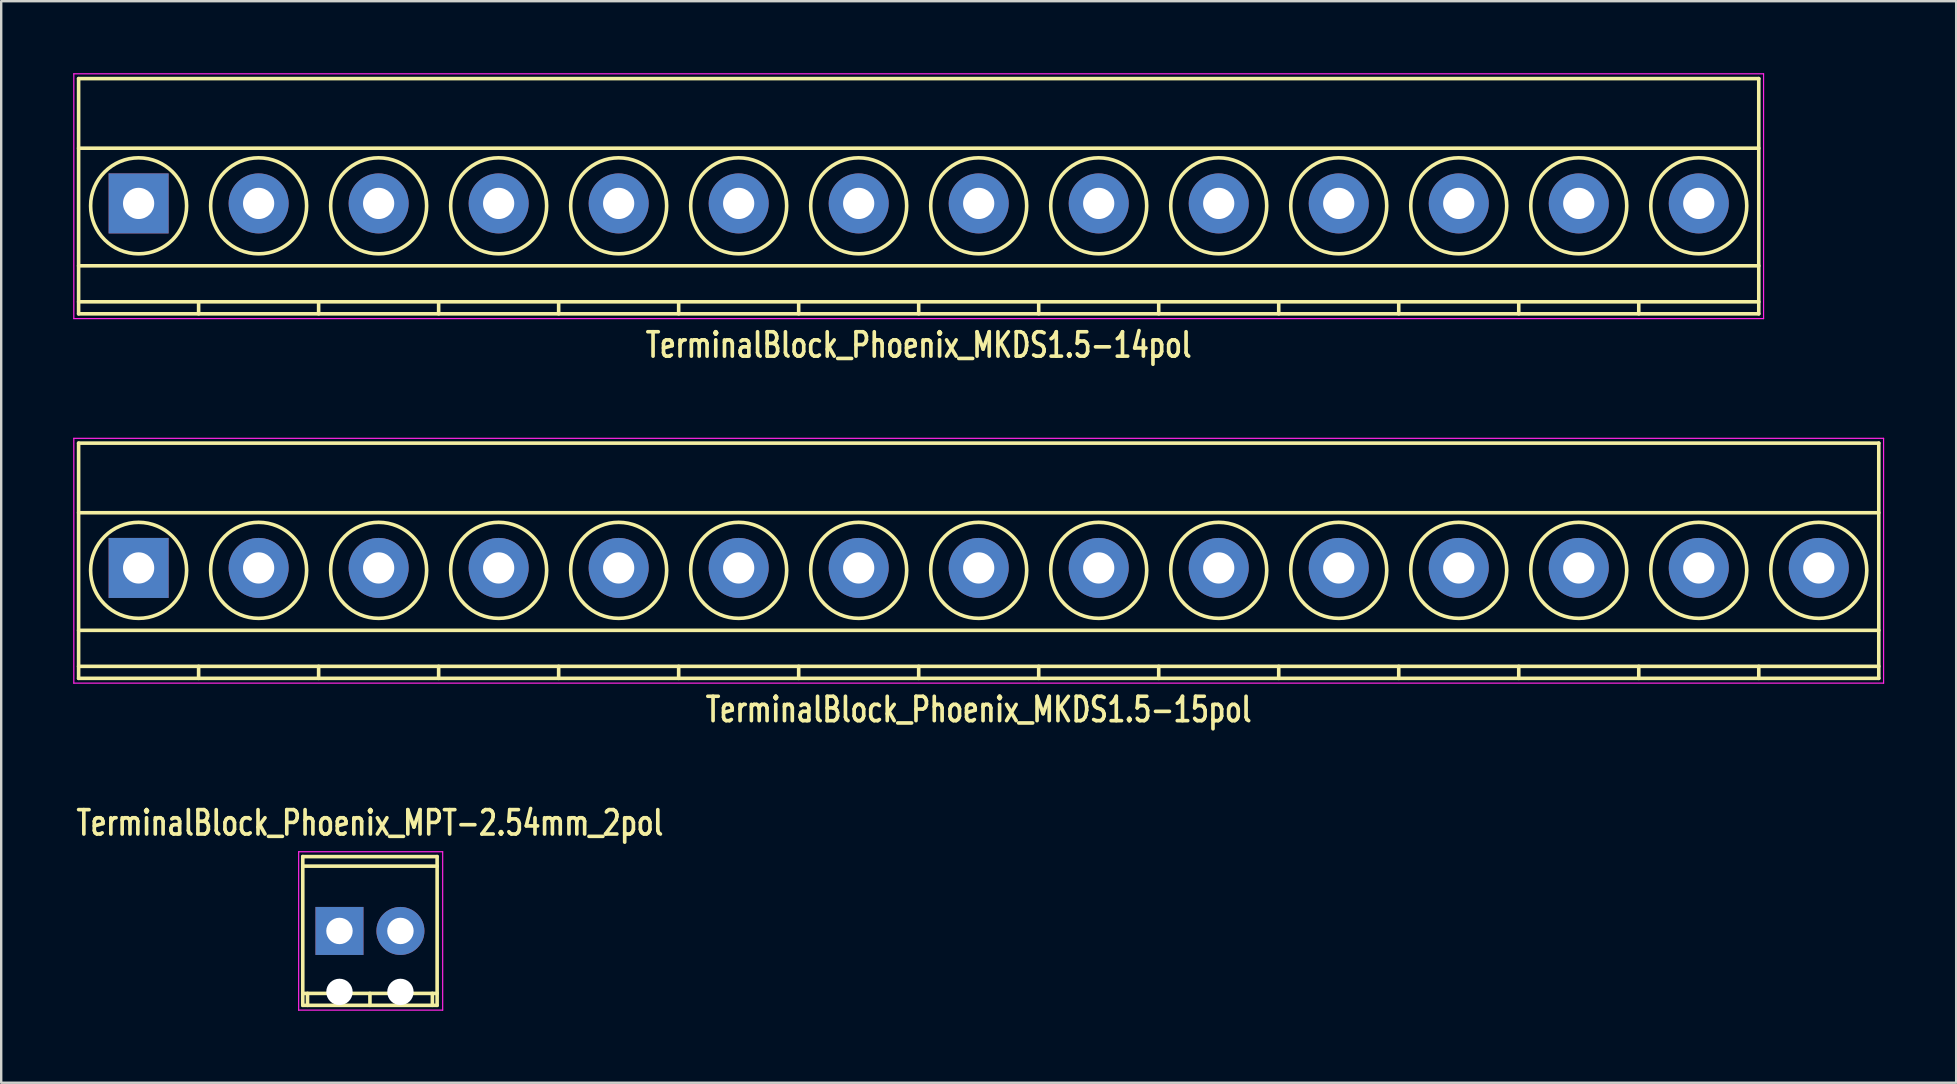
<source format=kicad_pcb>
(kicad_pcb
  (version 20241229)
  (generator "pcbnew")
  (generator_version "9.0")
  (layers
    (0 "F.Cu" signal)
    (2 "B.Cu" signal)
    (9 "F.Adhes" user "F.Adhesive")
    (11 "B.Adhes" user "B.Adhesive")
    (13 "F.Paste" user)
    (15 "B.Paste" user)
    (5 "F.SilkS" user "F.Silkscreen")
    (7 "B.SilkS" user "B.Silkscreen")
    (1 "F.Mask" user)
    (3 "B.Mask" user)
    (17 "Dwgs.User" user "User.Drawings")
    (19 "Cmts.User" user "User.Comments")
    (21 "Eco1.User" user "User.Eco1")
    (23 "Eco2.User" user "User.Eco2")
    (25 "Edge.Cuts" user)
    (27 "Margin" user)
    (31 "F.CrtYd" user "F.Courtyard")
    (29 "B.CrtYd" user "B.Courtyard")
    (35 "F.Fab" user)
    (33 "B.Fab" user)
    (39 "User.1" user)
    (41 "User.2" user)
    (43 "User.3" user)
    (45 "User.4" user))
  (footprint "TerminalBlock_Phoenix_MPT-2.54mm_2pol"
    (layer "F.Cu")
    (at 11.093 35.736)
    (property "Reference" "TerminalBlock_Phoenix_MPT-2.54mm_2pol" (at 1.27 -4.501 0) (layer "F.SilkS") (effects (font (size 1.016 0.762) (thickness 0.152))))
    (attr through_hole)
    (fp_line (start -1.529 -3.099) (end -1.529 3.099) (stroke (width 0.15) (type solid)) (layer "F.SilkS"))
    (fp_line (start -1.529 -2.7) (end 4.069 -2.7) (stroke (width 0.15) (type solid)) (layer "F.SilkS"))
    (fp_line (start -1.529 3.099) (end 4.069 3.099) (stroke (width 0.15) (type solid)) (layer "F.SilkS"))
    (fp_line (start -1.331 3.099) (end -1.331 2.601) (stroke (width 0.15) (type solid)) (layer "F.SilkS"))
    (fp_line (start 1.27 3.099) (end 1.27 2.601) (stroke (width 0.15) (type solid)) (layer "F.SilkS"))
    (fp_line (start 3.871 2.601) (end 3.871 3.099) (stroke (width 0.15) (type solid)) (layer "F.SilkS"))
    (fp_line (start 4.069 -3.099) (end -1.529 -3.099) (stroke (width 0.15) (type solid)) (layer "F.SilkS"))
    (fp_line (start 4.069 2.601) (end -1.529 2.601) (stroke (width 0.15) (type solid)) (layer "F.SilkS"))
    (fp_line (start 4.069 3.099) (end 4.069 -3.099) (stroke (width 0.15) (type solid)) (layer "F.SilkS"))
    (fp_line (start -1.7 -3.3) (end 4.3 -3.3) (stroke (width 0.05) (type solid)) (layer "F.CrtYd"))
    (fp_line (start -1.7 3.3) (end -1.7 -3.3) (stroke (width 0.05) (type solid)) (layer "F.CrtYd"))
    (fp_line (start 4.3 -3.3) (end 4.3 3.3) (stroke (width 0.05) (type solid)) (layer "F.CrtYd"))
    (fp_line (start 4.3 3.3) (end -1.7 3.3) (stroke (width 0.05) (type solid)) (layer "F.CrtYd"))
    (pad "" np_thru_hole circle (at 0 2.54) (size 1.1 1.1) (drill 1.1) (layers "*.Cu" "*.Mask"))
    (pad "" np_thru_hole circle (at 2.54 2.54) (size 1.1 1.1) (drill 1.1) (layers "*.Cu" "*.Mask"))
    (pad "1" thru_hole rect (at 0 0) (size 2 2) (drill 1.1) (layers "*.Cu" "*.Mask"))
    (pad "2" thru_hole oval (at 2.54 0) (size 2 2) (drill 1.1) (layers "*.Cu" "*.Mask")))
  (footprint "TerminalBlock_Phoenix_MKDS1.5-14pol"
    (layer "F.Cu")
    (at 2.725 5.425)
    (property "Reference" "TerminalBlock_Phoenix_MKDS1.5-14pol" (at 32.5 5.9 0) (layer "F.SilkS") (effects (font (size 1.016 0.762) (thickness 0.152))))
    (attr through_hole)
    (fp_line (start -2.5 -5.2) (end -2.5 4.6) (stroke (width 0.15) (type solid)) (layer "F.SilkS"))
    (fp_line (start -2.5 -2.3) (end 67.5 -2.3) (stroke (width 0.15) (type solid)) (layer "F.SilkS"))
    (fp_line (start -2.5 2.6) (end 67.5 2.6) (stroke (width 0.15) (type solid)) (layer "F.SilkS"))
    (fp_line (start -2.5 4.1) (end 67.5 4.1) (stroke (width 0.15) (type solid)) (layer "F.SilkS"))
    (fp_line (start -2.5 4.6) (end 67.5 4.6) (stroke (width 0.15) (type solid)) (layer "F.SilkS"))
    (fp_line (start 2.5 4.1) (end 2.5 4.6) (stroke (width 0.15) (type solid)) (layer "F.SilkS"))
    (fp_line (start 7.5 4.1) (end 7.5 4.6) (stroke (width 0.15) (type solid)) (layer "F.SilkS"))
    (fp_line (start 12.5 4.1) (end 12.5 4.6) (stroke (width 0.15) (type solid)) (layer "F.SilkS"))
    (fp_line (start 17.5 4.1) (end 17.5 4.6) (stroke (width 0.15) (type solid)) (layer "F.SilkS"))
    (fp_line (start 22.5 4.1) (end 22.5 4.6) (stroke (width 0.15) (type solid)) (layer "F.SilkS"))
    (fp_line (start 27.5 4.1) (end 27.5 4.6) (stroke (width 0.15) (type solid)) (layer "F.SilkS"))
    (fp_line (start 32.5 4.1) (end 32.5 4.6) (stroke (width 0.15) (type solid)) (layer "F.SilkS"))
    (fp_line (start 37.5 4.1) (end 37.5 4.6) (stroke (width 0.15) (type solid)) (layer "F.SilkS"))
    (fp_line (start 42.5 4.1) (end 42.5 4.6) (stroke (width 0.15) (type solid)) (layer "F.SilkS"))
    (fp_line (start 47.5 4.1) (end 47.5 4.6) (stroke (width 0.15) (type solid)) (layer "F.SilkS"))
    (fp_line (start 52.5 4.1) (end 52.5 4.6) (stroke (width 0.15) (type solid)) (layer "F.SilkS"))
    (fp_line (start 57.5 4.1) (end 57.5 4.6) (stroke (width 0.15) (type solid)) (layer "F.SilkS"))
    (fp_line (start 62.5 4.1) (end 62.5 4.6) (stroke (width 0.15) (type solid)) (layer "F.SilkS"))
    (fp_line (start 67.5 -5.2) (end -2.5 -5.2) (stroke (width 0.15) (type solid)) (layer "F.SilkS"))
    (fp_line (start 67.5 4.6) (end 67.5 -5.2) (stroke (width 0.15) (type solid)) (layer "F.SilkS"))
    (fp_circle (center 0 0.1) (end 2 0.1) (stroke (width 0.15) (type solid)) (fill no) (layer "F.SilkS"))
    (fp_circle (center 5 0.1) (end 3 0.1) (stroke (width 0.15) (type solid)) (fill no) (layer "F.SilkS"))
    (fp_circle (center 10 0.1) (end 8 0.1) (stroke (width 0.15) (type solid)) (fill no) (layer "F.SilkS"))
    (fp_circle (center 15 0.1) (end 13 0.1) (stroke (width 0.15) (type solid)) (fill no) (layer "F.SilkS"))
    (fp_circle (center 20 0.1) (end 18 0.1) (stroke (width 0.15) (type solid)) (fill no) (layer "F.SilkS"))
    (fp_circle (center 25 0.1) (end 23 0.1) (stroke (width 0.15) (type solid)) (fill no) (layer "F.SilkS"))
    (fp_circle (center 30 0.1) (end 28 0.1) (stroke (width 0.15) (type solid)) (fill no) (layer "F.SilkS"))
    (fp_circle (center 35 0.1) (end 33 0.1) (stroke (width 0.15) (type solid)) (fill no) (layer "F.SilkS"))
    (fp_circle (center 40 0.1) (end 38 0.1) (stroke (width 0.15) (type solid)) (fill no) (layer "F.SilkS"))
    (fp_circle (center 45 0.1) (end 43 0.1) (stroke (width 0.15) (type solid)) (fill no) (layer "F.SilkS"))
    (fp_circle (center 50 0.1) (end 48 0.1) (stroke (width 0.15) (type solid)) (fill no) (layer "F.SilkS"))
    (fp_circle (center 55 0.1) (end 53 0.1) (stroke (width 0.15) (type solid)) (fill no) (layer "F.SilkS"))
    (fp_circle (center 60 0.1) (end 58 0.1) (stroke (width 0.15) (type solid)) (fill no) (layer "F.SilkS"))
    (fp_circle (center 65 0.1) (end 63 0.1) (stroke (width 0.15) (type solid)) (fill no) (layer "F.SilkS"))
    (fp_line (start -2.7 -5.4) (end 67.7 -5.4) (stroke (width 0.05) (type solid)) (layer "F.CrtYd"))
    (fp_line (start -2.7 4.8) (end -2.7 -5.4) (stroke (width 0.05) (type solid)) (layer "F.CrtYd"))
    (fp_line (start 67.7 -5.4) (end 67.7 4.8) (stroke (width 0.05) (type solid)) (layer "F.CrtYd"))
    (fp_line (start 67.7 4.8) (end -2.7 4.8) (stroke (width 0.05) (type solid)) (layer "F.CrtYd"))
    (pad "1" thru_hole rect (at 0 0) (size 2.5 2.5) (drill 1.3) (layers "*.Cu" "*.Mask"))
    (pad "2" thru_hole circle (at 5 0) (size 2.5 2.5) (drill 1.3) (layers "*.Cu" "*.Mask"))
    (pad "3" thru_hole circle (at 10 0) (size 2.5 2.5) (drill 1.3) (layers "*.Cu" "*.Mask"))
    (pad "4" thru_hole circle (at 15 0) (size 2.5 2.5) (drill 1.3) (layers "*.Cu" "*.Mask"))
    (pad "5" thru_hole circle (at 20 0) (size 2.5 2.5) (drill 1.3) (layers "*.Cu" "*.Mask"))
    (pad "6" thru_hole circle (at 25 0) (size 2.5 2.5) (drill 1.3) (layers "*.Cu" "*.Mask"))
    (pad "7" thru_hole circle (at 30 0) (size 2.5 2.5) (drill 1.3) (layers "*.Cu" "*.Mask"))
    (pad "8" thru_hole circle (at 35 0) (size 2.5 2.5) (drill 1.3) (layers "*.Cu" "*.Mask"))
    (pad "9" thru_hole circle (at 40 0) (size 2.5 2.5) (drill 1.3) (layers "*.Cu" "*.Mask"))
    (pad "10" thru_hole circle (at 45 0) (size 2.5 2.5) (drill 1.3) (layers "*.Cu" "*.Mask"))
    (pad "11" thru_hole circle (at 50 0) (size 2.5 2.5) (drill 1.3) (layers "*.Cu" "*.Mask"))
    (pad "12" thru_hole circle (at 55 0) (size 2.5 2.5) (drill 1.3) (layers "*.Cu" "*.Mask"))
    (pad "13" thru_hole circle (at 60 0) (size 2.5 2.5) (drill 1.3) (layers "*.Cu" "*.Mask"))
    (pad "14" thru_hole circle (at 65 0) (size 2.5 2.5) (drill 1.3) (layers "*.Cu" "*.Mask")))
  (footprint "TerminalBlock_Phoenix_MKDS1.5-15pol"
    (layer "F.Cu")
    (at 2.725 20.612)
    (property "Reference" "TerminalBlock_Phoenix_MKDS1.5-15pol" (at 35 5.9 0) (layer "F.SilkS") (effects (font (size 1.016 0.762) (thickness 0.152))))
    (attr through_hole)
    (fp_line (start -2.5 -5.2) (end -2.5 4.6) (stroke (width 0.15) (type solid)) (layer "F.SilkS"))
    (fp_line (start -2.5 -2.3) (end 72.5 -2.3) (stroke (width 0.15) (type solid)) (layer "F.SilkS"))
    (fp_line (start -2.5 2.6) (end 72.5 2.6) (stroke (width 0.15) (type solid)) (layer "F.SilkS"))
    (fp_line (start -2.5 4.1) (end 72.5 4.1) (stroke (width 0.15) (type solid)) (layer "F.SilkS"))
    (fp_line (start -2.5 4.6) (end 72.5 4.6) (stroke (width 0.15) (type solid)) (layer "F.SilkS"))
    (fp_line (start 2.5 4.1) (end 2.5 4.6) (stroke (width 0.15) (type solid)) (layer "F.SilkS"))
    (fp_line (start 7.5 4.1) (end 7.5 4.6) (stroke (width 0.15) (type solid)) (layer "F.SilkS"))
    (fp_line (start 12.5 4.1) (end 12.5 4.6) (stroke (width 0.15) (type solid)) (layer "F.SilkS"))
    (fp_line (start 17.5 4.1) (end 17.5 4.6) (stroke (width 0.15) (type solid)) (layer "F.SilkS"))
    (fp_line (start 22.5 4.1) (end 22.5 4.6) (stroke (width 0.15) (type solid)) (layer "F.SilkS"))
    (fp_line (start 27.5 4.1) (end 27.5 4.6) (stroke (width 0.15) (type solid)) (layer "F.SilkS"))
    (fp_line (start 32.5 4.1) (end 32.5 4.6) (stroke (width 0.15) (type solid)) (layer "F.SilkS"))
    (fp_line (start 37.5 4.1) (end 37.5 4.6) (stroke (width 0.15) (type solid)) (layer "F.SilkS"))
    (fp_line (start 42.5 4.1) (end 42.5 4.6) (stroke (width 0.15) (type solid)) (layer "F.SilkS"))
    (fp_line (start 47.5 4.1) (end 47.5 4.6) (stroke (width 0.15) (type solid)) (layer "F.SilkS"))
    (fp_line (start 52.5 4.1) (end 52.5 4.6) (stroke (width 0.15) (type solid)) (layer "F.SilkS"))
    (fp_line (start 57.5 4.1) (end 57.5 4.6) (stroke (width 0.15) (type solid)) (layer "F.SilkS"))
    (fp_line (start 62.5 4.1) (end 62.5 4.6) (stroke (width 0.15) (type solid)) (layer "F.SilkS"))
    (fp_line (start 67.5 4.1) (end 67.5 4.6) (stroke (width 0.15) (type solid)) (layer "F.SilkS"))
    (fp_line (start 72.5 -5.2) (end -2.5 -5.2) (stroke (width 0.15) (type solid)) (layer "F.SilkS"))
    (fp_line (start 72.5 4.6) (end 72.5 -5.2) (stroke (width 0.15) (type solid)) (layer "F.SilkS"))
    (fp_circle (center 0 0.1) (end 2 0.1) (stroke (width 0.15) (type solid)) (fill no) (layer "F.SilkS"))
    (fp_circle (center 5 0.1) (end 3 0.1) (stroke (width 0.15) (type solid)) (fill no) (layer "F.SilkS"))
    (fp_circle (center 10 0.1) (end 8 0.1) (stroke (width 0.15) (type solid)) (fill no) (layer "F.SilkS"))
    (fp_circle (center 15 0.1) (end 13 0.1) (stroke (width 0.15) (type solid)) (fill no) (layer "F.SilkS"))
    (fp_circle (center 20 0.1) (end 18 0.1) (stroke (width 0.15) (type solid)) (fill no) (layer "F.SilkS"))
    (fp_circle (center 25 0.1) (end 23 0.1) (stroke (width 0.15) (type solid)) (fill no) (layer "F.SilkS"))
    (fp_circle (center 30 0.1) (end 28 0.1) (stroke (width 0.15) (type solid)) (fill no) (layer "F.SilkS"))
    (fp_circle (center 35 0.1) (end 33 0.1) (stroke (width 0.15) (type solid)) (fill no) (layer "F.SilkS"))
    (fp_circle (center 40 0.1) (end 38 0.1) (stroke (width 0.15) (type solid)) (fill no) (layer "F.SilkS"))
    (fp_circle (center 45 0.1) (end 43 0.1) (stroke (width 0.15) (type solid)) (fill no) (layer "F.SilkS"))
    (fp_circle (center 50 0.1) (end 48 0.1) (stroke (width 0.15) (type solid)) (fill no) (layer "F.SilkS"))
    (fp_circle (center 55 0.1) (end 53 0.1) (stroke (width 0.15) (type solid)) (fill no) (layer "F.SilkS"))
    (fp_circle (center 60 0.1) (end 58 0.1) (stroke (width 0.15) (type solid)) (fill no) (layer "F.SilkS"))
    (fp_circle (center 65 0.1) (end 63 0.1) (stroke (width 0.15) (type solid)) (fill no) (layer "F.SilkS"))
    (fp_circle (center 70 0.1) (end 68 0.1) (stroke (width 0.15) (type solid)) (fill no) (layer "F.SilkS"))
    (fp_line (start -2.7 -5.4) (end 72.7 -5.4) (stroke (width 0.05) (type solid)) (layer "F.CrtYd"))
    (fp_line (start -2.7 4.8) (end -2.7 -5.4) (stroke (width 0.05) (type solid)) (layer "F.CrtYd"))
    (fp_line (start 72.7 -5.4) (end 72.7 4.8) (stroke (width 0.05) (type solid)) (layer "F.CrtYd"))
    (fp_line (start 72.7 4.8) (end -2.7 4.8) (stroke (width 0.05) (type solid)) (layer "F.CrtYd"))
    (pad "1" thru_hole rect (at 0 0) (size 2.5 2.5) (drill 1.3) (layers "*.Cu" "*.Mask"))
    (pad "2" thru_hole circle (at 5 0) (size 2.5 2.5) (drill 1.3) (layers "*.Cu" "*.Mask"))
    (pad "3" thru_hole circle (at 10 0) (size 2.5 2.5) (drill 1.3) (layers "*.Cu" "*.Mask"))
    (pad "4" thru_hole circle (at 15 0) (size 2.5 2.5) (drill 1.3) (layers "*.Cu" "*.Mask"))
    (pad "5" thru_hole circle (at 20 0) (size 2.5 2.5) (drill 1.3) (layers "*.Cu" "*.Mask"))
    (pad "6" thru_hole circle (at 25 0) (size 2.5 2.5) (drill 1.3) (layers "*.Cu" "*.Mask"))
    (pad "7" thru_hole circle (at 30 0) (size 2.5 2.5) (drill 1.3) (layers "*.Cu" "*.Mask"))
    (pad "8" thru_hole circle (at 35 0) (size 2.5 2.5) (drill 1.3) (layers "*.Cu" "*.Mask"))
    (pad "9" thru_hole circle (at 40 0) (size 2.5 2.5) (drill 1.3) (layers "*.Cu" "*.Mask"))
    (pad "10" thru_hole circle (at 45 0) (size 2.5 2.5) (drill 1.3) (layers "*.Cu" "*.Mask"))
    (pad "11" thru_hole circle (at 50 0) (size 2.5 2.5) (drill 1.3) (layers "*.Cu" "*.Mask"))
    (pad "12" thru_hole circle (at 55 0) (size 2.5 2.5) (drill 1.3) (layers "*.Cu" "*.Mask"))
    (pad "13" thru_hole circle (at 60 0) (size 2.5 2.5) (drill 1.3) (layers "*.Cu" "*.Mask"))
    (pad "14" thru_hole circle (at 65 0) (size 2.5 2.5) (drill 1.3) (layers "*.Cu" "*.Mask"))
    (pad "15" thru_hole circle (at 70 0) (size 2.5 2.5) (drill 1.3) (layers "*.Cu" "*.Mask")))
  (gr_rect
    (start -3 -3)
    (end 78.45 42.061)
    (stroke (width 0.1) (type default))
    (fill no)
    (layer "Edge.Cuts")))
</source>
